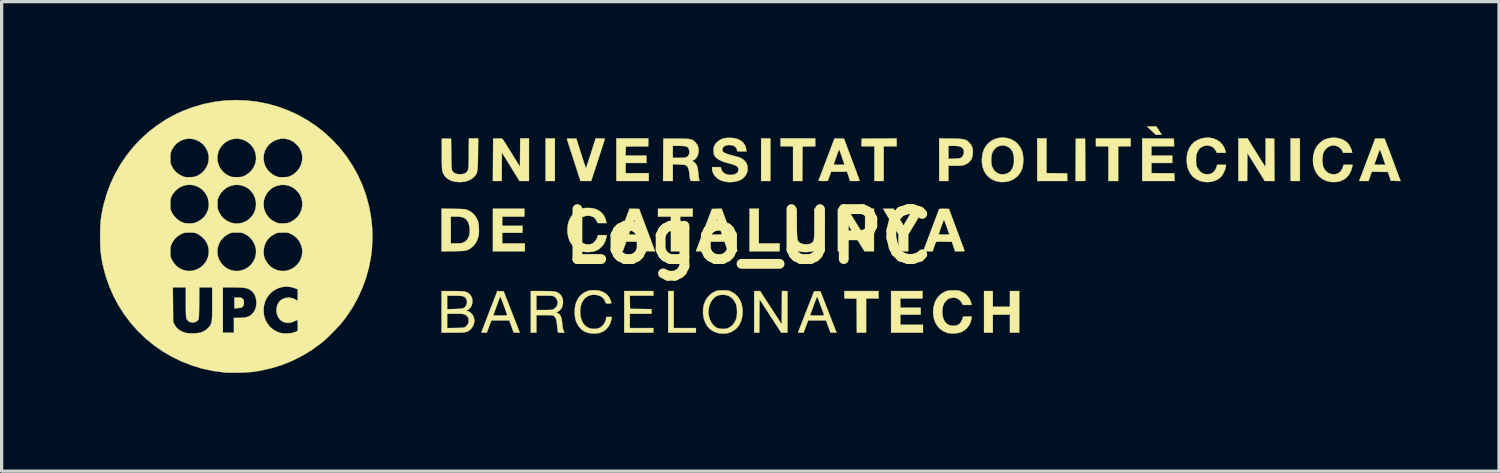
<source format=kicad_pcb>
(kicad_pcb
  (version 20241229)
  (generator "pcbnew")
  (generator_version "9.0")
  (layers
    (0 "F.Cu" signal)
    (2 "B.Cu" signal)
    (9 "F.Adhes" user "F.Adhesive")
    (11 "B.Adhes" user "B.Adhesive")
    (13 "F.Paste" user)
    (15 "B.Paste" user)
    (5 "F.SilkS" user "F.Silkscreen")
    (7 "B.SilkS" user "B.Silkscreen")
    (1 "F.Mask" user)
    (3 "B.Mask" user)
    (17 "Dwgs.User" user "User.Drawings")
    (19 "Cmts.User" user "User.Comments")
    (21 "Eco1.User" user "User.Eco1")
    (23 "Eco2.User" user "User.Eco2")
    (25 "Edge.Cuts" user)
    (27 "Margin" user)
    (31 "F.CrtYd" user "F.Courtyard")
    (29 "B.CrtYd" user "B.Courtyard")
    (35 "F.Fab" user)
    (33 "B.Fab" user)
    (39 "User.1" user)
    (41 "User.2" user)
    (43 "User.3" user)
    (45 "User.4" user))
  (footprint "Logo_UPC"
    (layer "F.Cu")
    (at 19.794 4.166)
    (property "Reference" "Logo_UPC" (at 0 0 0) (layer "F.SilkS") (effects (font (size 1.524 1.524) (thickness 0.3))))
    (attr through_hole)
    (fp_poly (pts (xy -5.913 -1.693) (xy -6.195 -1.693) (xy -6.195 -2.992) (xy -5.913 -2.992) (xy -5.913 -1.693)) (stroke (width 0.01) (type solid)) (fill yes) (layer "F.SilkS"))
    (fp_poly (pts (xy 0.663 -1.693) (xy 0.381 -1.693) (xy 0.381 -2.992) (xy 0.663 -2.992) (xy 0.663 -1.693)) (stroke (width 0.01) (type solid)) (fill yes) (layer "F.SilkS"))
    (fp_poly (pts (xy 16.82 -1.693) (xy 16.538 -1.693) (xy 16.538 -2.992) (xy 16.82 -2.992) (xy 16.82 -1.693)) (stroke (width 0.01) (type solid)) (fill yes) (layer "F.SilkS"))
    (fp_poly (pts (xy -2.286 2.794) (xy -1.609 2.794) (xy -1.609 2.935) (xy -2.455 2.935) (xy -2.455 1.665) (xy -2.286 1.665) (xy -2.286 2.794)) (stroke (width 0.01) (type solid)) (fill yes) (layer "F.SilkS"))
    (fp_poly (pts (xy 0.31 0.212) (xy 0.945 0.212) (xy 0.945 0.452) (xy 0.028 0.452) (xy 0.028 -0.847) (xy 0.31 -0.847) (xy 0.31 0.212)) (stroke (width 0.01) (type solid)) (fill yes) (layer "F.SilkS"))
    (fp_poly (pts (xy 10.27 -2.339) (xy 10.273 -1.693) (xy 9.976 -1.693) (xy 9.98 -2.339) (xy 9.984 -2.985) (xy 10.266 -2.985) (xy 10.27 -2.339)) (stroke (width 0.01) (type solid)) (fill yes) (layer "F.SilkS"))
    (fp_poly (pts (xy 9.088 -1.934) (xy 9.716 -1.926) (xy 9.72 -1.81) (xy 9.724 -1.693) (xy 8.805 -1.693) (xy 8.805 -2.992) (xy 9.088 -2.992) (xy 9.088 -1.934)) (stroke (width 0.01) (type solid)) (fill yes) (layer "F.SilkS"))
    (fp_poly (pts (xy -1.707 -0.607) (xy -2.088 -0.607) (xy -2.088 0.452) (xy -2.371 0.452) (xy -2.371 -0.607) (xy -2.766 -0.607) (xy -2.766 -0.847) (xy -1.707 -0.847) (xy -1.707 -0.607)) (stroke (width 0.01) (type solid)) (fill yes) (layer "F.SilkS"))
    (fp_poly (pts (xy 11.656 -2.752) (xy 11.275 -2.752) (xy 11.275 -1.693) (xy 10.978 -1.693) (xy 10.978 -2.752) (xy 10.597 -2.752) (xy 10.597 -2.992) (xy 11.656 -2.992) (xy 11.656 -2.752)) (stroke (width 0.01) (type solid)) (fill yes) (layer "F.SilkS"))
    (fp_poly (pts (xy 2.032 -2.752) (xy 1.838 -2.749) (xy 1.644 -2.745) (xy 1.637 -1.693) (xy 1.355 -1.693) (xy 1.355 -2.752) (xy 0.974 -2.752) (xy 0.974 -2.992) (xy 2.032 -2.992) (xy 2.032 -2.752)) (stroke (width 0.01) (type solid)) (fill yes) (layer "F.SilkS"))
    (fp_poly (pts (xy 3.965 1.891) (xy 3.584 1.891) (xy 3.584 2.935) (xy 3.302 2.935) (xy 3.299 2.417) (xy 3.295 1.898) (xy 3.108 1.894) (xy 2.921 1.89) (xy 2.921 1.665) (xy 3.965 1.665) (xy 3.965 1.891)) (stroke (width 0.01) (type solid)) (fill yes) (layer "F.SilkS"))
    (fp_poly (pts (xy 4.516 -2.752) (xy 4.12 -2.752) (xy 4.12 -1.693) (xy 3.838 -1.693) (xy 3.838 -2.752) (xy 3.442 -2.752) (xy 3.446 -2.868) (xy 3.45 -2.985) (xy 3.983 -2.988) (xy 4.516 -2.992) (xy 4.516 -2.752)) (stroke (width 0.01) (type solid)) (fill yes) (layer "F.SilkS"))
    (fp_poly (pts (xy 12.495 -3.272) (xy 12.528 -3.222) (xy 12.557 -3.176) (xy 12.578 -3.145) (xy 12.604 -3.104) (xy 12.514 -3.105) (xy 12.425 -3.105) (xy 12.291 -3.231) (xy 12.157 -3.357) (xy 12.298 -3.358) (xy 12.439 -3.358) (xy 12.495 -3.272)) (stroke (width 0.01) (type solid)) (fill yes) (layer "F.SilkS"))
    (fp_poly (pts (xy -6.844 -0.607) (xy -7.521 -0.607) (xy -7.521 -0.325) (xy -6.9 -0.325) (xy -6.9 -0.113) (xy -7.521 -0.113) (xy -7.521 0.212) (xy -6.83 0.212) (xy -6.83 0.452) (xy -7.803 0.452) (xy -7.803 -0.847) (xy -6.844 -0.847) (xy -6.844 -0.607)) (stroke (width 0.01) (type solid)) (fill yes) (layer "F.SilkS"))
    (fp_poly (pts (xy 5.306 1.891) (xy 4.628 1.891) (xy 4.628 2.173) (xy 5.249 2.173) (xy 5.249 2.385) (xy 4.628 2.385) (xy 4.628 2.695) (xy 5.32 2.695) (xy 5.32 2.935) (xy 4.346 2.935) (xy 4.346 1.665) (xy 5.306 1.665) (xy 5.306 1.891)) (stroke (width 0.01) (type solid)) (fill yes) (layer "F.SilkS"))
    (fp_poly (pts (xy 7.451 2.145) (xy 7.973 2.145) (xy 7.973 1.665) (xy 8.255 1.665) (xy 8.255 2.935) (xy 7.973 2.935) (xy 7.973 2.385) (xy 7.451 2.385) (xy 7.451 2.935) (xy 7.183 2.935) (xy 7.183 1.665) (xy 7.451 1.665) (xy 7.451 2.145)) (stroke (width 0.01) (type solid)) (fill yes) (layer "F.SilkS"))
    (fp_poly (pts (xy -2.907 1.806) (xy -3.627 1.806) (xy -3.619 2.208) (xy -3.291 2.212) (xy -2.963 2.216) (xy -2.963 2.357) (xy -3.627 2.357) (xy -3.627 2.794) (xy -2.907 2.794) (xy -2.907 2.935) (xy -3.796 2.935) (xy -3.796 1.665) (xy -2.907 1.665) (xy -2.907 1.806)) (stroke (width 0.01) (type solid)) (fill yes) (layer "F.SilkS"))
    (fp_poly (pts (xy -3.062 -2.752) (xy -3.404 -2.748) (xy -3.747 -2.745) (xy -3.751 -2.607) (xy -3.755 -2.469) (xy -3.119 -2.469) (xy -3.119 -2.244) (xy -3.754 -2.244) (xy -3.754 -1.933) (xy -3.048 -1.933) (xy -3.048 -1.693) (xy -4.036 -1.693) (xy -4.036 -2.992) (xy -3.062 -2.992) (xy -3.062 -2.752)) (stroke (width 0.01) (type solid)) (fill yes) (layer "F.SilkS"))
    (fp_poly (pts (xy 0.679 2.174) (xy 1.009 2.682) (xy 1.013 2.174) (xy 1.016 1.665) (xy 1.185 1.665) (xy 1.185 2.935) (xy 0.995 2.935) (xy 0.663 2.424) (xy 0.332 1.913) (xy 0.328 2.424) (xy 0.324 2.935) (xy 0.169 2.935) (xy 0.169 1.665) (xy 0.35 1.665) (xy 0.679 2.174)) (stroke (width 0.01) (type solid)) (fill yes) (layer "F.SilkS"))
    (fp_poly (pts (xy 3.824 0.452) (xy 3.679 0.451) (xy 3.535 0.451) (xy 2.999 -0.416) (xy 2.995 0.018) (xy 2.991 0.452) (xy 2.723 0.452) (xy 2.723 -0.847) (xy 2.868 -0.846) (xy 3.013 -0.846) (xy 3.281 -0.413) (xy 3.549 0.021) (xy 3.553 -0.413) (xy 3.556 -0.847) (xy 3.824 -0.847) (xy 3.824 0.452)) (stroke (width 0.01) (type solid)) (fill yes) (layer "F.SilkS"))
    (fp_poly (pts (xy 12.492 -2.988) (xy 12.975 -2.985) (xy 12.979 -2.868) (xy 12.983 -2.752) (xy 12.291 -2.752) (xy 12.291 -2.469) (xy 12.926 -2.469) (xy 12.926 -2.244) (xy 12.291 -2.244) (xy 12.291 -1.934) (xy 12.64 -1.93) (xy 12.989 -1.926) (xy 12.993 -1.81) (xy 12.997 -1.693) (xy 12.009 -1.693) (xy 12.009 -2.992) (xy 12.492 -2.988)) (stroke (width 0.01) (type solid)) (fill yes) (layer "F.SilkS"))
    (fp_poly (pts (xy -15.529 1.864) (xy -15.491 1.869) (xy -15.464 1.88) (xy -15.442 1.897) (xy -15.419 1.919) (xy -15.407 1.944) (xy -15.403 1.98) (xy -15.402 2.016) (xy -15.404 2.068) (xy -15.412 2.101) (xy -15.428 2.127) (xy -15.44 2.14) (xy -15.464 2.16) (xy -15.491 2.172) (xy -15.531 2.18) (xy -15.585 2.184) (xy -15.692 2.191) (xy -15.692 1.863) (xy -15.587 1.863) (xy -15.529 1.864)) (stroke (width 0.01) (type solid)) (fill yes) (layer "F.SilkS"))
    (fp_poly (pts (xy -6.703 -1.693) (xy -6.847 -1.694) (xy -6.992 -1.694) (xy -7.26 -2.128) (xy -7.528 -2.561) (xy -7.532 -2.127) (xy -7.536 -1.693) (xy -7.804 -1.693) (xy -7.8 -2.339) (xy -7.796 -2.985) (xy -7.661 -2.989) (xy -7.597 -2.99) (xy -7.554 -2.988) (xy -7.527 -2.983) (xy -7.511 -2.973) (xy -7.505 -2.967) (xy -7.493 -2.95) (xy -7.468 -2.911) (xy -7.431 -2.854) (xy -7.386 -2.782) (xy -7.333 -2.698) (xy -7.275 -2.606) (xy -7.231 -2.534) (xy -6.978 -2.126) (xy -6.974 -2.559) (xy -6.97 -2.992) (xy -6.703 -2.992) (xy -6.703 -1.693)) (stroke (width 0.01) (type solid)) (fill yes) (layer "F.SilkS"))
    (fp_poly (pts (xy 16.037 -2.985) (xy 16.041 -2.339) (xy 16.045 -1.693) (xy 15.749 -1.693) (xy 15.484 -2.12) (xy 15.219 -2.547) (xy 15.215 -2.12) (xy 15.211 -1.693) (xy 14.944 -1.693) (xy 14.944 -2.992) (xy 15.223 -2.992) (xy 15.489 -2.562) (xy 15.551 -2.463) (xy 15.608 -2.372) (xy 15.659 -2.291) (xy 15.702 -2.224) (xy 15.735 -2.174) (xy 15.757 -2.142) (xy 15.766 -2.131) (xy 15.768 -2.145) (xy 15.771 -2.183) (xy 15.773 -2.243) (xy 15.774 -2.32) (xy 15.776 -2.412) (xy 15.776 -2.516) (xy 15.776 -2.562) (xy 15.776 -2.993) (xy 16.037 -2.985)) (stroke (width 0.01) (type solid)) (fill yes) (layer "F.SilkS"))
    (fp_poly (pts (xy 5.253 -0.846) (xy 5.299 -0.843) (xy 5.324 -0.838) (xy 5.331 -0.831) (xy 5.33 -0.829) (xy 5.321 -0.813) (xy 5.3 -0.776) (xy 5.267 -0.721) (xy 5.226 -0.65) (xy 5.177 -0.568) (xy 5.123 -0.478) (xy 5.096 -0.433) (xy 4.868 -0.055) (xy 4.868 0.452) (xy 4.572 0.452) (xy 4.572 0.194) (xy 4.572 -0.064) (xy 4.373 -0.395) (xy 4.319 -0.485) (xy 4.268 -0.571) (xy 4.222 -0.648) (xy 4.183 -0.712) (xy 4.155 -0.76) (xy 4.139 -0.786) (xy 4.104 -0.847) (xy 4.264 -0.846) (xy 4.424 -0.846) (xy 4.574 -0.591) (xy 4.724 -0.335) (xy 4.876 -0.591) (xy 5.027 -0.847) (xy 5.182 -0.847) (xy 5.253 -0.846)) (stroke (width 0.01) (type solid)) (fill yes) (layer "F.SilkS"))
    (fp_poly (pts (xy 6.17 -2.988) (xy 6.296 -2.985) (xy 6.397 -2.982) (xy 6.478 -2.977) (xy 6.542 -2.969) (xy 6.592 -2.957) (xy 6.633 -2.942) (xy 6.668 -2.921) (xy 6.701 -2.895) (xy 6.733 -2.864) (xy 6.791 -2.791) (xy 6.827 -2.708) (xy 6.842 -2.611) (xy 6.841 -2.533) (xy 6.823 -2.425) (xy 6.783 -2.335) (xy 6.72 -2.262) (xy 6.636 -2.206) (xy 6.591 -2.186) (xy 6.556 -2.175) (xy 6.518 -2.167) (xy 6.471 -2.162) (xy 6.408 -2.16) (xy 6.324 -2.159) (xy 6.308 -2.159) (xy 6.096 -2.159) (xy 6.096 -1.693) (xy 5.814 -1.693) (xy 5.814 -2.367) (xy 6.096 -2.367) (xy 6.273 -2.374) (xy 6.351 -2.377) (xy 6.406 -2.382) (xy 6.445 -2.389) (xy 6.471 -2.398) (xy 6.488 -2.408) (xy 6.535 -2.457) (xy 6.563 -2.519) (xy 6.571 -2.585) (xy 6.559 -2.649) (xy 6.527 -2.7) (xy 6.493 -2.728) (xy 6.446 -2.747) (xy 6.383 -2.759) (xy 6.298 -2.765) (xy 6.241 -2.766) (xy 6.096 -2.766) (xy 6.096 -2.367) (xy 5.814 -2.367) (xy 5.814 -2.994) (xy 6.17 -2.988)) (stroke (width 0.01) (type solid)) (fill yes) (layer "F.SilkS"))
    (fp_poly (pts (xy -4.469 -2.991) (xy -4.423 -2.988) (xy -4.394 -2.984) (xy -4.388 -2.981) (xy -4.392 -2.966) (xy -4.404 -2.927) (xy -4.423 -2.866) (xy -4.449 -2.786) (xy -4.48 -2.69) (xy -4.515 -2.581) (xy -4.554 -2.461) (xy -4.596 -2.332) (xy -4.596 -2.332) (xy -4.805 -1.693) (xy -4.968 -1.693) (xy -5.131 -1.693) (xy -5.333 -2.318) (xy -5.374 -2.445) (xy -5.413 -2.565) (xy -5.449 -2.675) (xy -5.48 -2.771) (xy -5.505 -2.851) (xy -5.525 -2.913) (xy -5.538 -2.952) (xy -5.542 -2.967) (xy -5.543 -2.979) (xy -5.536 -2.986) (xy -5.514 -2.989) (xy -5.475 -2.99) (xy -5.413 -2.989) (xy -5.403 -2.989) (xy -5.257 -2.985) (xy -5.116 -2.536) (xy -5.082 -2.43) (xy -5.05 -2.332) (xy -5.022 -2.247) (xy -4.999 -2.176) (xy -4.981 -2.125) (xy -4.97 -2.095) (xy -4.967 -2.088) (xy -4.962 -2.095) (xy -4.953 -2.116) (xy -4.94 -2.152) (xy -4.922 -2.206) (xy -4.897 -2.28) (xy -4.866 -2.374) (xy -4.828 -2.491) (xy -4.783 -2.632) (xy -4.755 -2.72) (xy -4.668 -2.992) (xy -4.529 -2.992) (xy -4.469 -2.991)) (stroke (width 0.01) (type solid)) (fill yes) (layer "F.SilkS"))
    (fp_poly (pts (xy -9.013 -0.844) (xy -8.902 -0.842) (xy -8.815 -0.84) (xy -8.749 -0.838) (xy -8.698 -0.834) (xy -8.659 -0.83) (xy -8.629 -0.824) (xy -8.602 -0.816) (xy -8.579 -0.807) (xy -8.469 -0.75) (xy -8.378 -0.671) (xy -8.308 -0.573) (xy -8.263 -0.473) (xy -8.247 -0.411) (xy -8.236 -0.33) (xy -8.23 -0.239) (xy -8.229 -0.148) (xy -8.234 -0.067) (xy -8.24 -0.025) (xy -8.276 0.098) (xy -8.333 0.207) (xy -8.408 0.299) (xy -8.498 0.372) (xy -8.576 0.411) (xy -8.603 0.421) (xy -8.63 0.429) (xy -8.66 0.435) (xy -8.699 0.439) (xy -8.749 0.443) (xy -8.816 0.445) (xy -8.902 0.447) (xy -9.013 0.449) (xy -9.013 0.449) (xy -9.37 0.454) (xy -9.37 0.212) (xy -9.088 0.212) (xy -8.936 0.212) (xy -8.866 0.21) (xy -8.801 0.206) (xy -8.75 0.2) (xy -8.728 0.196) (xy -8.662 0.164) (xy -8.602 0.11) (xy -8.555 0.041) (xy -8.53 -0.021) (xy -8.512 -0.118) (xy -8.51 -0.223) (xy -8.524 -0.327) (xy -8.553 -0.418) (xy -8.56 -0.434) (xy -8.598 -0.496) (xy -8.642 -0.542) (xy -8.698 -0.575) (xy -8.769 -0.595) (xy -8.86 -0.605) (xy -8.943 -0.607) (xy -9.088 -0.607) (xy -9.088 0.212) (xy -9.37 0.212) (xy -9.37 -0.849) (xy -9.013 -0.844)) (stroke (width 0.01) (type solid)) (fill yes) (layer "F.SilkS"))
    (fp_poly (pts (xy -0.584 -0.202) (xy -0.343 0.445) (xy -0.484 0.449) (xy -0.562 0.449) (xy -0.612 0.445) (xy -0.635 0.437) (xy -0.636 0.437) (xy -0.644 0.417) (xy -0.659 0.377) (xy -0.679 0.324) (xy -0.691 0.288) (xy -0.737 0.155) (xy -0.979 0.158) (xy -1.22 0.162) (xy -1.271 0.303) (xy -1.321 0.445) (xy -1.465 0.449) (xy -1.608 0.453) (xy -1.573 0.357) (xy -1.56 0.323) (xy -1.539 0.266) (xy -1.51 0.189) (xy -1.475 0.096) (xy -1.435 -0.009) (xy -1.416 -0.06) (xy -1.143 -0.06) (xy -1.13 -0.059) (xy -1.094 -0.057) (xy -1.041 -0.057) (xy -0.981 -0.056) (xy -0.917 -0.057) (xy -0.865 -0.06) (xy -0.83 -0.063) (xy -0.818 -0.068) (xy -0.823 -0.085) (xy -0.835 -0.124) (xy -0.852 -0.178) (xy -0.873 -0.241) (xy -0.896 -0.309) (xy -0.918 -0.374) (xy -0.939 -0.433) (xy -0.955 -0.478) (xy -0.965 -0.505) (xy -0.967 -0.509) (xy -0.975 -0.502) (xy -0.991 -0.472) (xy -1.012 -0.423) (xy -1.037 -0.358) (xy -1.06 -0.295) (xy -1.087 -0.219) (xy -1.11 -0.154) (xy -1.128 -0.103) (xy -1.14 -0.07) (xy -1.143 -0.06) (xy -1.416 -0.06) (xy -1.391 -0.124) (xy -1.346 -0.245) (xy -1.329 -0.289) (xy -1.12 -0.84) (xy -0.825 -0.848) (xy -0.584 -0.202)) (stroke (width 0.01) (type solid)) (fill yes) (layer "F.SilkS"))
    (fp_poly (pts (xy 19.365 -2.987) (xy 19.397 -2.984) (xy 19.405 -2.981) (xy 19.412 -2.966) (xy 19.428 -2.927) (xy 19.452 -2.866) (xy 19.482 -2.787) (xy 19.519 -2.692) (xy 19.56 -2.584) (xy 19.605 -2.465) (xy 19.653 -2.338) (xy 19.655 -2.331) (xy 19.893 -1.692) (xy 19.744 -1.696) (xy 19.596 -1.7) (xy 19.551 -1.834) (xy 19.506 -1.968) (xy 19.26 -1.972) (xy 19.014 -1.976) (xy 18.965 -1.835) (xy 18.916 -1.693) (xy 18.773 -1.693) (xy 18.63 -1.693) (xy 18.823 -2.205) (xy 19.096 -2.205) (xy 19.1 -2.197) (xy 19.12 -2.192) (xy 19.161 -2.189) (xy 19.225 -2.187) (xy 19.26 -2.187) (xy 19.43 -2.187) (xy 19.349 -2.42) (xy 19.323 -2.496) (xy 19.299 -2.561) (xy 19.28 -2.612) (xy 19.267 -2.644) (xy 19.262 -2.653) (xy 19.255 -2.64) (xy 19.24 -2.605) (xy 19.22 -2.553) (xy 19.196 -2.487) (xy 19.178 -2.438) (xy 19.152 -2.364) (xy 19.129 -2.299) (xy 19.11 -2.247) (xy 19.099 -2.214) (xy 19.096 -2.205) (xy 18.823 -2.205) (xy 18.855 -2.29) (xy 18.903 -2.414) (xy 18.947 -2.532) (xy 18.988 -2.641) (xy 19.024 -2.737) (xy 19.055 -2.817) (xy 19.078 -2.88) (xy 19.093 -2.92) (xy 19.099 -2.935) (xy 19.116 -2.985) (xy 19.255 -2.989) (xy 19.315 -2.989) (xy 19.365 -2.987)) (stroke (width 0.01) (type solid)) (fill yes) (layer "F.SilkS"))
    (fp_poly (pts (xy -8.258 -2.515) (xy -8.26 -2.373) (xy -8.262 -2.256) (xy -8.265 -2.16) (xy -8.27 -2.084) (xy -8.277 -2.023) (xy -8.286 -1.974) (xy -8.298 -1.935) (xy -8.314 -1.902) (xy -8.334 -1.872) (xy -8.358 -1.842) (xy -8.37 -1.829) (xy -8.451 -1.758) (xy -8.55 -1.705) (xy -8.666 -1.672) (xy -8.794 -1.659) (xy -8.925 -1.666) (xy -9.051 -1.693) (xy -9.155 -1.74) (xy -9.239 -1.805) (xy -9.302 -1.888) (xy -9.339 -1.976) (xy -9.345 -2.001) (xy -9.351 -2.03) (xy -9.355 -2.067) (xy -9.358 -2.115) (xy -9.36 -2.177) (xy -9.362 -2.256) (xy -9.362 -2.356) (xy -9.363 -2.481) (xy -9.363 -2.519) (xy -9.363 -2.985) (xy -9.081 -2.985) (xy -9.073 -2.509) (xy -9.071 -2.381) (xy -9.07 -2.277) (xy -9.068 -2.196) (xy -9.065 -2.134) (xy -9.063 -2.087) (xy -9.059 -2.054) (xy -9.055 -2.031) (xy -9.049 -2.014) (xy -9.042 -2.001) (xy -9.037 -1.994) (xy -8.991 -1.946) (xy -8.936 -1.916) (xy -8.866 -1.901) (xy -8.804 -1.899) (xy -8.72 -1.905) (xy -8.658 -1.924) (xy -8.611 -1.957) (xy -8.575 -2.008) (xy -8.574 -2.011) (xy -8.566 -2.028) (xy -8.559 -2.046) (xy -8.554 -2.069) (xy -8.55 -2.1) (xy -8.547 -2.142) (xy -8.545 -2.198) (xy -8.543 -2.272) (xy -8.541 -2.367) (xy -8.54 -2.486) (xy -8.54 -2.529) (xy -8.535 -2.992) (xy -8.253 -2.992) (xy -8.258 -2.515)) (stroke (width 0.01) (type solid)) (fill yes) (layer "F.SilkS"))
    (fp_poly (pts (xy 17.938 -3.01) (xy 18.057 -2.984) (xy 18.166 -2.937) (xy 18.258 -2.872) (xy 18.302 -2.822) (xy 18.345 -2.754) (xy 18.381 -2.681) (xy 18.405 -2.613) (xy 18.408 -2.6) (xy 18.417 -2.554) (xy 18.138 -2.554) (xy 18.121 -2.602) (xy 18.085 -2.664) (xy 18.028 -2.717) (xy 17.957 -2.756) (xy 17.879 -2.777) (xy 17.843 -2.78) (xy 17.759 -2.766) (xy 17.68 -2.728) (xy 17.611 -2.67) (xy 17.557 -2.595) (xy 17.532 -2.539) (xy 17.515 -2.465) (xy 17.507 -2.375) (xy 17.507 -2.282) (xy 17.516 -2.196) (xy 17.53 -2.137) (xy 17.574 -2.047) (xy 17.636 -1.976) (xy 17.713 -1.926) (xy 17.8 -1.899) (xy 17.895 -1.898) (xy 17.906 -1.899) (xy 17.985 -1.926) (xy 18.052 -1.976) (xy 18.104 -2.046) (xy 18.137 -2.127) (xy 18.153 -2.187) (xy 18.428 -2.187) (xy 18.42 -2.141) (xy 18.385 -2.012) (xy 18.329 -1.901) (xy 18.254 -1.809) (xy 18.162 -1.738) (xy 18.054 -1.689) (xy 17.932 -1.663) (xy 17.797 -1.662) (xy 17.762 -1.666) (xy 17.633 -1.695) (xy 17.516 -1.749) (xy 17.414 -1.827) (xy 17.381 -1.861) (xy 17.311 -1.959) (xy 17.26 -2.073) (xy 17.229 -2.199) (xy 17.218 -2.331) (xy 17.229 -2.465) (xy 17.261 -2.596) (xy 17.301 -2.693) (xy 17.352 -2.772) (xy 17.421 -2.849) (xy 17.5 -2.914) (xy 17.572 -2.956) (xy 17.69 -2.997) (xy 17.814 -3.015) (xy 17.938 -3.01)) (stroke (width 0.01) (type solid)) (fill yes) (layer "F.SilkS"))
    (fp_poly (pts (xy -4.802 -0.867) (xy -4.679 -0.841) (xy -4.573 -0.792) (xy -4.484 -0.724) (xy -4.414 -0.636) (xy -4.365 -0.529) (xy -4.349 -0.469) (xy -4.335 -0.409) (xy -4.471 -0.41) (xy -4.607 -0.41) (xy -4.639 -0.479) (xy -4.686 -0.55) (xy -4.748 -0.599) (xy -4.828 -0.626) (xy -4.877 -0.633) (xy -4.978 -0.627) (xy -5.064 -0.598) (xy -5.134 -0.546) (xy -5.188 -0.472) (xy -5.226 -0.376) (xy -5.245 -0.261) (xy -5.246 -0.248) (xy -5.244 -0.122) (xy -5.223 -0.013) (xy -5.184 0.08) (xy -5.128 0.153) (xy -5.057 0.205) (xy -4.973 0.235) (xy -4.876 0.241) (xy -4.819 0.234) (xy -4.758 0.209) (xy -4.701 0.162) (xy -4.652 0.099) (xy -4.617 0.025) (xy -4.609 -0.004) (xy -4.6 -0.042) (xy -4.329 -0.042) (xy -4.338 0.014) (xy -4.368 0.126) (xy -4.42 0.23) (xy -4.491 0.319) (xy -4.576 0.391) (xy -4.664 0.437) (xy -4.747 0.46) (xy -4.845 0.473) (xy -4.945 0.476) (xy -5.037 0.467) (xy -5.079 0.458) (xy -5.201 0.41) (xy -5.306 0.341) (xy -5.392 0.252) (xy -5.459 0.145) (xy -5.505 0.021) (xy -5.528 -0.117) (xy -5.532 -0.195) (xy -5.52 -0.342) (xy -5.485 -0.475) (xy -5.429 -0.592) (xy -5.351 -0.692) (xy -5.254 -0.774) (xy -5.169 -0.822) (xy -5.117 -0.844) (xy -5.07 -0.858) (xy -5.016 -0.866) (xy -4.946 -0.872) (xy -4.94 -0.872) (xy -4.802 -0.867)) (stroke (width 0.01) (type solid)) (fill yes) (layer "F.SilkS"))
    (fp_poly (pts (xy 1.47 -0.385) (xy 1.471 -0.248) (xy 1.473 -0.137) (xy 1.476 -0.048) (xy 1.481 0.022) (xy 1.487 0.075) (xy 1.497 0.115) (xy 1.51 0.144) (xy 1.528 0.166) (xy 1.55 0.184) (xy 1.577 0.2) (xy 1.595 0.209) (xy 1.654 0.229) (xy 1.725 0.239) (xy 1.798 0.238) (xy 1.864 0.226) (xy 1.913 0.204) (xy 1.915 0.204) (xy 1.938 0.186) (xy 1.956 0.168) (xy 1.971 0.146) (xy 1.983 0.119) (xy 1.991 0.081) (xy 1.997 0.032) (xy 2 -0.033) (xy 2.003 -0.116) (xy 2.003 -0.221) (xy 2.004 -0.351) (xy 2.004 -0.385) (xy 2.004 -0.847) (xy 2.3 -0.847) (xy 2.3 -0.42) (xy 2.299 -0.274) (xy 2.297 -0.153) (xy 2.294 -0.054) (xy 2.288 0.027) (xy 2.281 0.092) (xy 2.27 0.146) (xy 2.256 0.192) (xy 2.239 0.232) (xy 2.222 0.263) (xy 2.163 0.337) (xy 2.079 0.398) (xy 1.992 0.439) (xy 1.918 0.459) (xy 1.827 0.471) (xy 1.729 0.476) (xy 1.633 0.472) (xy 1.551 0.459) (xy 1.546 0.458) (xy 1.435 0.418) (xy 1.343 0.358) (xy 1.271 0.28) (xy 1.222 0.186) (xy 1.22 0.18) (xy 1.213 0.157) (xy 1.207 0.13) (xy 1.202 0.097) (xy 1.198 0.054) (xy 1.195 -0.001) (xy 1.193 -0.074) (xy 1.191 -0.165) (xy 1.19 -0.28) (xy 1.189 -0.37) (xy 1.183 -0.847) (xy 1.465 -0.847) (xy 1.47 -0.385)) (stroke (width 0.01) (type solid)) (fill yes) (layer "F.SilkS"))
    (fp_poly (pts (xy 7.892 -3.003) (xy 8.008 -2.967) (xy 8.113 -2.91) (xy 8.191 -2.844) (xy 8.271 -2.749) (xy 8.328 -2.643) (xy 8.364 -2.525) (xy 8.381 -2.389) (xy 8.382 -2.328) (xy 8.371 -2.182) (xy 8.339 -2.053) (xy 8.284 -1.94) (xy 8.207 -1.842) (xy 8.199 -1.834) (xy 8.101 -1.756) (xy 7.989 -1.7) (xy 7.864 -1.668) (xy 7.73 -1.66) (xy 7.662 -1.665) (xy 7.532 -1.694) (xy 7.416 -1.746) (xy 7.317 -1.819) (xy 7.236 -1.911) (xy 7.175 -2.02) (xy 7.134 -2.144) (xy 7.116 -2.282) (xy 7.116 -2.293) (xy 7.402 -2.293) (xy 7.411 -2.202) (xy 7.426 -2.137) (xy 7.471 -2.045) (xy 7.535 -1.973) (xy 7.616 -1.922) (xy 7.669 -1.903) (xy 7.722 -1.898) (xy 7.788 -1.901) (xy 7.854 -1.912) (xy 7.894 -1.925) (xy 7.967 -1.97) (xy 8.025 -2.038) (xy 8.067 -2.126) (xy 8.091 -2.232) (xy 8.096 -2.284) (xy 8.095 -2.416) (xy 8.074 -2.529) (xy 8.034 -2.622) (xy 7.975 -2.693) (xy 7.925 -2.73) (xy 7.836 -2.768) (xy 7.745 -2.779) (xy 7.657 -2.765) (xy 7.576 -2.729) (xy 7.506 -2.671) (xy 7.452 -2.594) (xy 7.435 -2.556) (xy 7.414 -2.48) (xy 7.403 -2.389) (xy 7.402 -2.293) (xy 7.116 -2.293) (xy 7.117 -2.378) (xy 7.136 -2.521) (xy 7.175 -2.647) (xy 7.236 -2.756) (xy 7.319 -2.852) (xy 7.323 -2.855) (xy 7.42 -2.928) (xy 7.531 -2.98) (xy 7.649 -3.009) (xy 7.771 -3.017) (xy 7.892 -3.003)) (stroke (width 0.01) (type solid)) (fill yes) (layer "F.SilkS"))
    (fp_poly (pts (xy 14.071 -3.013) (xy 14.184 -2.99) (xy 14.288 -2.946) (xy 14.38 -2.885) (xy 14.456 -2.806) (xy 14.513 -2.711) (xy 14.547 -2.612) (xy 14.56 -2.554) (xy 14.287 -2.554) (xy 14.259 -2.613) (xy 14.21 -2.684) (xy 14.145 -2.736) (xy 14.067 -2.767) (xy 13.983 -2.776) (xy 13.897 -2.763) (xy 13.813 -2.726) (xy 13.811 -2.724) (xy 13.77 -2.693) (xy 13.737 -2.654) (xy 13.705 -2.599) (xy 13.7 -2.587) (xy 13.679 -2.543) (xy 13.665 -2.507) (xy 13.657 -2.471) (xy 13.654 -2.426) (xy 13.653 -2.365) (xy 13.652 -2.336) (xy 13.653 -2.262) (xy 13.657 -2.209) (xy 13.664 -2.168) (xy 13.675 -2.131) (xy 13.686 -2.106) (xy 13.736 -2.025) (xy 13.802 -1.96) (xy 13.879 -1.917) (xy 13.921 -1.905) (xy 14.018 -1.897) (xy 14.104 -1.914) (xy 14.176 -1.956) (xy 14.233 -2.02) (xy 14.274 -2.106) (xy 14.28 -2.127) (xy 14.296 -2.187) (xy 14.567 -2.187) (xy 14.557 -2.121) (xy 14.539 -2.046) (xy 14.505 -1.964) (xy 14.462 -1.886) (xy 14.417 -1.825) (xy 14.337 -1.756) (xy 14.238 -1.705) (xy 14.127 -1.672) (xy 14.007 -1.659) (xy 13.898 -1.666) (xy 13.766 -1.698) (xy 13.651 -1.752) (xy 13.554 -1.827) (xy 13.476 -1.921) (xy 13.418 -2.035) (xy 13.381 -2.165) (xy 13.366 -2.294) (xy 13.371 -2.443) (xy 13.398 -2.578) (xy 13.446 -2.699) (xy 13.515 -2.802) (xy 13.603 -2.887) (xy 13.709 -2.951) (xy 13.83 -2.995) (xy 13.952 -3.015) (xy 14.071 -3.013)) (stroke (width 0.01) (type solid)) (fill yes) (layer "F.SilkS"))
    (fp_poly (pts (xy -7.476 1.672) (xy -7.231 2.3) (xy -7.181 2.426) (xy -7.136 2.544) (xy -7.094 2.65) (xy -7.058 2.744) (xy -7.028 2.821) (xy -7.005 2.88) (xy -6.99 2.918) (xy -6.985 2.932) (xy -6.985 2.932) (xy -6.998 2.934) (xy -7.032 2.934) (xy -7.078 2.932) (xy -7.171 2.928) (xy -7.238 2.745) (xy -7.305 2.561) (xy -7.85 2.561) (xy -7.92 2.748) (xy -7.991 2.935) (xy -8.075 2.935) (xy -8.122 2.934) (xy -8.146 2.93) (xy -8.153 2.921) (xy -8.15 2.91) (xy -8.143 2.893) (xy -8.127 2.851) (xy -8.103 2.789) (xy -8.072 2.708) (xy -8.035 2.612) (xy -7.993 2.504) (xy -7.955 2.404) (xy -7.789 2.404) (xy -7.776 2.407) (xy -7.739 2.41) (xy -7.684 2.412) (xy -7.615 2.413) (xy -7.577 2.413) (xy -7.492 2.413) (xy -7.433 2.411) (xy -7.394 2.408) (xy -7.374 2.403) (xy -7.368 2.396) (xy -7.368 2.394) (xy -7.378 2.362) (xy -7.395 2.312) (xy -7.417 2.249) (xy -7.442 2.178) (xy -7.47 2.104) (xy -7.498 2.03) (xy -7.524 1.961) (xy -7.547 1.903) (xy -7.565 1.859) (xy -7.577 1.835) (xy -7.58 1.832) (xy -7.587 1.847) (xy -7.601 1.884) (xy -7.622 1.938) (xy -7.647 2.004) (xy -7.674 2.078) (xy -7.702 2.154) (xy -7.729 2.228) (xy -7.753 2.295) (xy -7.772 2.349) (xy -7.785 2.387) (xy -7.789 2.404) (xy -7.955 2.404) (xy -7.948 2.385) (xy -7.905 2.275) (xy -7.669 1.665) (xy -7.476 1.672)) (stroke (width 0.01) (type solid)) (fill yes) (layer "F.SilkS"))
    (fp_poly (pts (xy 2.435 2.3) (xy 2.485 2.426) (xy 2.53 2.544) (xy 2.572 2.65) (xy 2.608 2.744) (xy 2.638 2.821) (xy 2.661 2.88) (xy 2.676 2.918) (xy 2.681 2.932) (xy 2.681 2.932) (xy 2.668 2.934) (xy 2.635 2.934) (xy 2.588 2.932) (xy 2.495 2.928) (xy 2.428 2.745) (xy 2.362 2.561) (xy 1.816 2.561) (xy 1.746 2.748) (xy 1.676 2.935) (xy 1.593 2.935) (xy 1.549 2.933) (xy 1.519 2.929) (xy 1.511 2.925) (xy 1.516 2.91) (xy 1.53 2.871) (xy 1.553 2.812) (xy 1.583 2.734) (xy 1.619 2.64) (xy 1.661 2.533) (xy 1.707 2.415) (xy 1.71 2.406) (xy 1.877 2.406) (xy 1.89 2.408) (xy 1.927 2.41) (xy 1.982 2.412) (xy 2.051 2.413) (xy 2.088 2.413) (xy 2.162 2.412) (xy 2.225 2.411) (xy 2.271 2.408) (xy 2.297 2.405) (xy 2.3 2.403) (xy 2.296 2.383) (xy 2.283 2.344) (xy 2.264 2.288) (xy 2.24 2.222) (xy 2.213 2.149) (xy 2.185 2.074) (xy 2.158 2.002) (xy 2.133 1.937) (xy 2.111 1.884) (xy 2.096 1.847) (xy 2.087 1.832) (xy 2.086 1.831) (xy 2.08 1.847) (xy 2.065 1.883) (xy 2.045 1.937) (xy 2.02 2.004) (xy 1.993 2.077) (xy 1.965 2.153) (xy 1.938 2.227) (xy 1.914 2.294) (xy 1.895 2.35) (xy 1.882 2.388) (xy 1.877 2.406) (xy 1.877 2.406) (xy 1.71 2.406) (xy 1.754 2.293) (xy 1.997 1.672) (xy 2.19 1.672) (xy 2.435 2.3)) (stroke (width 0.01) (type solid)) (fill yes) (layer "F.SilkS"))
    (fp_poly (pts (xy 6.323 1.645) (xy 6.375 1.647) (xy 6.414 1.653) (xy 6.449 1.663) (xy 6.488 1.679) (xy 6.507 1.688) (xy 6.609 1.75) (xy 6.691 1.83) (xy 6.752 1.923) (xy 6.789 2.026) (xy 6.793 2.043) (xy 6.801 2.088) (xy 6.536 2.088) (xy 6.504 2.023) (xy 6.46 1.961) (xy 6.397 1.91) (xy 6.325 1.877) (xy 6.299 1.87) (xy 6.256 1.868) (xy 6.202 1.872) (xy 6.171 1.877) (xy 6.12 1.891) (xy 6.079 1.913) (xy 6.037 1.949) (xy 6.024 1.961) (xy 5.97 2.029) (xy 5.934 2.108) (xy 5.914 2.204) (xy 5.908 2.3) (xy 5.918 2.42) (xy 5.946 2.522) (xy 5.991 2.606) (xy 6.054 2.669) (xy 6.132 2.709) (xy 6.224 2.727) (xy 6.244 2.728) (xy 6.335 2.717) (xy 6.409 2.685) (xy 6.468 2.629) (xy 6.511 2.55) (xy 6.526 2.507) (xy 6.544 2.448) (xy 6.675 2.444) (xy 6.806 2.44) (xy 6.797 2.515) (xy 6.771 2.618) (xy 6.722 2.716) (xy 6.653 2.804) (xy 6.569 2.875) (xy 6.48 2.922) (xy 6.399 2.944) (xy 6.303 2.956) (xy 6.204 2.959) (xy 6.113 2.951) (xy 6.068 2.942) (xy 5.949 2.895) (xy 5.847 2.826) (xy 5.763 2.737) (xy 5.698 2.631) (xy 5.655 2.508) (xy 5.633 2.37) (xy 5.63 2.304) (xy 5.642 2.16) (xy 5.676 2.029) (xy 5.73 1.914) (xy 5.804 1.815) (xy 5.897 1.736) (xy 6.006 1.678) (xy 6.049 1.662) (xy 6.091 1.653) (xy 6.14 1.647) (xy 6.205 1.645) (xy 6.251 1.644) (xy 6.323 1.645)) (stroke (width 0.01) (type solid)) (fill yes) (layer "F.SilkS"))
    (fp_poly (pts (xy -3.487 -0.844) (xy -3.34 -0.84) (xy -3.109 -0.226) (xy -3.062 -0.1) (xy -3.018 0.019) (xy -2.977 0.127) (xy -2.942 0.223) (xy -2.912 0.303) (xy -2.89 0.364) (xy -2.875 0.405) (xy -2.87 0.42) (xy -2.861 0.453) (xy -3.154 0.445) (xy -3.253 0.162) (xy -3.495 0.158) (xy -3.583 0.157) (xy -3.647 0.157) (xy -3.69 0.158) (xy -3.718 0.161) (xy -3.734 0.166) (xy -3.742 0.174) (xy -3.747 0.185) (xy -3.747 0.187) (xy -3.756 0.214) (xy -3.772 0.26) (xy -3.792 0.316) (xy -3.799 0.335) (xy -3.841 0.452) (xy -3.982 0.452) (xy -4.049 0.451) (xy -4.092 0.448) (xy -4.113 0.442) (xy -4.117 0.434) (xy -4.111 0.418) (xy -4.096 0.377) (xy -4.073 0.316) (xy -4.043 0.236) (xy -4.007 0.141) (xy -3.966 0.032) (xy -3.929 -0.067) (xy -3.655 -0.067) (xy -3.642 -0.063) (xy -3.606 -0.059) (xy -3.553 -0.057) (xy -3.493 -0.056) (xy -3.429 -0.057) (xy -3.377 -0.058) (xy -3.342 -0.059) (xy -3.33 -0.061) (xy -3.335 -0.077) (xy -3.347 -0.114) (xy -3.364 -0.167) (xy -3.385 -0.23) (xy -3.408 -0.296) (xy -3.431 -0.362) (xy -3.452 -0.421) (xy -3.468 -0.467) (xy -3.479 -0.495) (xy -3.482 -0.501) (xy -3.489 -0.503) (xy -3.5 -0.49) (xy -3.516 -0.457) (xy -3.538 -0.402) (xy -3.566 -0.324) (xy -3.575 -0.301) (xy -3.601 -0.226) (xy -3.624 -0.161) (xy -3.642 -0.109) (xy -3.652 -0.076) (xy -3.655 -0.067) (xy -3.929 -0.067) (xy -3.921 -0.087) (xy -3.873 -0.214) (xy -3.873 -0.216) (xy -3.635 -0.848) (xy -3.487 -0.844)) (stroke (width 0.01) (type solid)) (fill yes) (layer "F.SilkS"))
    (fp_poly (pts (xy -4.615 1.644) (xy -4.497 1.671) (xy -4.395 1.718) (xy -4.311 1.785) (xy -4.247 1.871) (xy -4.213 1.946) (xy -4.196 1.996) (xy -4.193 2.026) (xy -4.207 2.041) (xy -4.241 2.046) (xy -4.274 2.046) (xy -4.321 2.045) (xy -4.347 2.04) (xy -4.36 2.029) (xy -4.367 2.007) (xy -4.396 1.94) (xy -4.445 1.877) (xy -4.508 1.827) (xy -4.51 1.826) (xy -4.586 1.795) (xy -4.676 1.779) (xy -4.769 1.78) (xy -4.855 1.797) (xy -4.879 1.806) (xy -4.966 1.858) (xy -5.037 1.932) (xy -5.091 2.024) (xy -5.126 2.132) (xy -5.142 2.252) (xy -5.137 2.383) (xy -5.136 2.393) (xy -5.11 2.517) (xy -5.066 2.621) (xy -5.006 2.705) (xy -4.929 2.767) (xy -4.838 2.805) (xy -4.758 2.819) (xy -4.659 2.818) (xy -4.576 2.799) (xy -4.501 2.76) (xy -4.49 2.752) (xy -4.436 2.698) (xy -4.39 2.627) (xy -4.359 2.547) (xy -4.352 2.513) (xy -4.343 2.455) (xy -4.174 2.455) (xy -4.185 2.515) (xy -4.217 2.636) (xy -4.271 2.741) (xy -4.343 2.828) (xy -4.433 2.895) (xy -4.538 2.938) (xy -4.55 2.942) (xy -4.654 2.959) (xy -4.765 2.96) (xy -4.869 2.947) (xy -4.893 2.942) (xy -4.984 2.911) (xy -5.058 2.869) (xy -5.125 2.812) (xy -5.139 2.797) (xy -5.213 2.702) (xy -5.265 2.596) (xy -5.296 2.475) (xy -5.309 2.336) (xy -5.309 2.307) (xy -5.299 2.156) (xy -5.267 2.022) (xy -5.214 1.907) (xy -5.141 1.81) (xy -5.047 1.732) (xy -4.986 1.698) (xy -4.93 1.672) (xy -4.884 1.655) (xy -4.836 1.646) (xy -4.777 1.641) (xy -4.749 1.639) (xy -4.615 1.644)) (stroke (width 0.01) (type solid)) (fill yes) (layer "F.SilkS"))
    (fp_poly (pts (xy -2.079 -2.984) (xy -1.974 -2.983) (xy -1.891 -2.98) (xy -1.825 -2.975) (xy -1.774 -2.966) (xy -1.733 -2.954) (xy -1.7 -2.938) (xy -1.67 -2.917) (xy -1.641 -2.89) (xy -1.626 -2.875) (xy -1.567 -2.796) (xy -1.533 -2.706) (xy -1.525 -2.608) (xy -1.543 -2.506) (xy -1.552 -2.479) (xy -1.586 -2.409) (xy -1.631 -2.359) (xy -1.683 -2.326) (xy -1.723 -2.306) (xy -1.669 -2.271) (xy -1.624 -2.234) (xy -1.59 -2.186) (xy -1.566 -2.122) (xy -1.548 -2.039) (xy -1.538 -1.944) (xy -1.531 -1.875) (xy -1.524 -1.814) (xy -1.516 -1.766) (xy -1.51 -1.743) (xy -1.5 -1.714) (xy -1.496 -1.699) (xy -1.509 -1.697) (xy -1.544 -1.695) (xy -1.596 -1.694) (xy -1.635 -1.693) (xy -1.692 -1.693) (xy -1.733 -1.694) (xy -1.76 -1.702) (xy -1.777 -1.719) (xy -1.788 -1.75) (xy -1.795 -1.8) (xy -1.803 -1.871) (xy -1.806 -1.904) (xy -1.821 -2.003) (xy -1.84 -2.077) (xy -1.865 -2.129) (xy -1.898 -2.163) (xy -1.914 -2.173) (xy -1.948 -2.182) (xy -2.005 -2.19) (xy -2.081 -2.196) (xy -2.134 -2.198) (xy -2.314 -2.205) (xy -2.314 -1.693) (xy -2.611 -1.693) (xy -2.607 -2.339) (xy -2.605 -2.766) (xy -2.314 -2.766) (xy -2.314 -2.399) (xy -2.13 -2.399) (xy -2.036 -2.4) (xy -1.966 -2.405) (xy -1.917 -2.413) (xy -1.897 -2.42) (xy -1.851 -2.453) (xy -1.82 -2.506) (xy -1.806 -2.573) (xy -1.806 -2.582) (xy -1.812 -2.626) (xy -1.826 -2.672) (xy -1.827 -2.675) (xy -1.845 -2.708) (xy -1.871 -2.732) (xy -1.91 -2.749) (xy -1.964 -2.759) (xy -2.038 -2.764) (xy -2.13 -2.766) (xy -2.314 -2.766) (xy -2.605 -2.766) (xy -2.603 -2.985) (xy -2.208 -2.985) (xy -2.079 -2.984)) (stroke (width 0.01) (type solid)) (fill yes) (layer "F.SilkS"))
    (fp_poly (pts (xy -0.783 1.644) (xy -0.708 1.645) (xy -0.654 1.648) (xy -0.613 1.654) (xy -0.578 1.663) (xy -0.542 1.678) (xy -0.534 1.682) (xy -0.426 1.747) (xy -0.336 1.832) (xy -0.266 1.936) (xy -0.217 2.055) (xy -0.189 2.19) (xy -0.183 2.292) (xy -0.195 2.438) (xy -0.227 2.569) (xy -0.28 2.685) (xy -0.352 2.784) (xy -0.442 2.863) (xy -0.548 2.92) (xy -0.638 2.949) (xy -0.719 2.96) (xy -0.813 2.961) (xy -0.905 2.952) (xy -0.959 2.941) (xy -1.076 2.896) (xy -1.176 2.829) (xy -1.258 2.74) (xy -1.322 2.633) (xy -1.367 2.508) (xy -1.39 2.366) (xy -1.392 2.349) (xy -1.391 2.299) (xy -1.228 2.299) (xy -1.217 2.415) (xy -1.188 2.524) (xy -1.141 2.621) (xy -1.081 2.703) (xy -1.008 2.766) (xy -0.94 2.799) (xy -0.876 2.814) (xy -0.799 2.82) (xy -0.721 2.818) (xy -0.662 2.808) (xy -0.575 2.77) (xy -0.498 2.708) (xy -0.434 2.628) (xy -0.387 2.533) (xy -0.374 2.491) (xy -0.36 2.415) (xy -0.354 2.327) (xy -0.356 2.235) (xy -0.365 2.147) (xy -0.381 2.074) (xy -0.392 2.046) (xy -0.45 1.944) (xy -0.523 1.866) (xy -0.608 1.812) (xy -0.707 1.783) (xy -0.775 1.778) (xy -0.864 1.783) (xy -0.936 1.799) (xy -0.999 1.829) (xy -1.033 1.853) (xy -1.107 1.926) (xy -1.164 2.019) (xy -1.205 2.126) (xy -1.225 2.244) (xy -1.228 2.299) (xy -1.391 2.299) (xy -1.39 2.209) (xy -1.365 2.077) (xy -1.318 1.957) (xy -1.251 1.852) (xy -1.165 1.764) (xy -1.062 1.696) (xy -1.048 1.689) (xy -1.006 1.67) (xy -0.971 1.657) (xy -0.936 1.649) (xy -0.892 1.646) (xy -0.834 1.644) (xy -0.783 1.644)) (stroke (width 0.01) (type solid)) (fill yes) (layer "F.SilkS"))
    (fp_poly (pts (xy -6.179 1.666) (xy -6.079 1.668) (xy -6 1.671) (xy -5.938 1.678) (xy -5.888 1.687) (xy -5.849 1.7) (xy -5.815 1.717) (xy -5.782 1.739) (xy -5.778 1.742) (xy -5.722 1.8) (xy -5.685 1.872) (xy -5.666 1.953) (xy -5.665 2.036) (xy -5.68 2.118) (xy -5.712 2.192) (xy -5.76 2.253) (xy -5.824 2.295) (xy -5.827 2.297) (xy -5.877 2.318) (xy -5.835 2.336) (xy -5.789 2.362) (xy -5.754 2.397) (xy -5.727 2.446) (xy -5.708 2.512) (xy -5.694 2.601) (xy -5.687 2.672) (xy -5.675 2.771) (xy -5.66 2.844) (xy -5.647 2.88) (xy -5.62 2.935) (xy -5.715 2.935) (xy -5.768 2.934) (xy -5.8 2.929) (xy -5.816 2.919) (xy -5.82 2.91) (xy -5.825 2.887) (xy -5.831 2.842) (xy -5.838 2.783) (xy -5.843 2.728) (xy -5.855 2.622) (xy -5.871 2.541) (xy -5.894 2.481) (xy -5.923 2.439) (xy -5.937 2.427) (xy -5.952 2.417) (xy -5.971 2.409) (xy -5.997 2.404) (xy -6.036 2.401) (xy -6.091 2.4) (xy -6.167 2.399) (xy -6.225 2.399) (xy -6.477 2.399) (xy -6.477 2.935) (xy -6.646 2.935) (xy -6.646 1.806) (xy -6.477 1.806) (xy -6.477 2.244) (xy -6.24 2.244) (xy -6.152 2.243) (xy -6.086 2.242) (xy -6.039 2.24) (xy -6.004 2.235) (xy -5.977 2.228) (xy -5.952 2.217) (xy -5.941 2.212) (xy -5.883 2.168) (xy -5.846 2.11) (xy -5.829 2.044) (xy -5.832 1.976) (xy -5.857 1.911) (xy -5.903 1.855) (xy -5.925 1.838) (xy -5.944 1.827) (xy -5.964 1.818) (xy -5.989 1.813) (xy -6.024 1.809) (xy -6.075 1.807) (xy -6.144 1.806) (xy -6.225 1.806) (xy -6.477 1.806) (xy -6.646 1.806) (xy -6.646 1.665) (xy -6.303 1.665) (xy -6.179 1.666)) (stroke (width 0.01) (type solid)) (fill yes) (layer "F.SilkS"))
    (fp_poly (pts (xy 2.767 -2.989) (xy 2.91 -2.985) (xy 3.139 -2.37) (xy 3.186 -2.244) (xy 3.231 -2.126) (xy 3.271 -2.017) (xy 3.306 -1.922) (xy 3.336 -1.842) (xy 3.359 -1.78) (xy 3.373 -1.74) (xy 3.379 -1.725) (xy 3.382 -1.711) (xy 3.379 -1.702) (xy 3.363 -1.696) (xy 3.332 -1.694) (xy 3.279 -1.693) (xy 3.242 -1.693) (xy 3.096 -1.693) (xy 3.004 -1.976) (xy 2.515 -1.976) (xy 2.475 -1.866) (xy 2.456 -1.811) (xy 2.438 -1.762) (xy 2.427 -1.729) (xy 2.425 -1.725) (xy 2.418 -1.711) (xy 2.406 -1.701) (xy 2.384 -1.696) (xy 2.346 -1.694) (xy 2.286 -1.693) (xy 2.271 -1.693) (xy 2.206 -1.694) (xy 2.165 -1.696) (xy 2.143 -1.7) (xy 2.135 -1.707) (xy 2.137 -1.718) (xy 2.137 -1.718) (xy 2.144 -1.736) (xy 2.16 -1.778) (xy 2.184 -1.84) (xy 2.214 -1.92) (xy 2.25 -2.016) (xy 2.291 -2.123) (xy 2.32 -2.2) (xy 2.596 -2.2) (xy 2.61 -2.195) (xy 2.646 -2.191) (xy 2.699 -2.188) (xy 2.759 -2.187) (xy 2.823 -2.188) (xy 2.875 -2.191) (xy 2.909 -2.195) (xy 2.921 -2.2) (xy 2.917 -2.216) (xy 2.905 -2.254) (xy 2.886 -2.308) (xy 2.864 -2.374) (xy 2.839 -2.446) (xy 2.814 -2.52) (xy 2.789 -2.59) (xy 2.772 -2.639) (xy 2.764 -2.653) (xy 2.754 -2.641) (xy 2.752 -2.639) (xy 2.743 -2.617) (xy 2.727 -2.576) (xy 2.707 -2.521) (xy 2.683 -2.456) (xy 2.659 -2.389) (xy 2.637 -2.324) (xy 2.617 -2.268) (xy 2.603 -2.225) (xy 2.597 -2.202) (xy 2.596 -2.2) (xy 2.32 -2.2) (xy 2.335 -2.24) (xy 2.364 -2.316) (xy 2.41 -2.439) (xy 2.454 -2.555) (xy 2.495 -2.661) (xy 2.53 -2.755) (xy 2.56 -2.833) (xy 2.583 -2.892) (xy 2.598 -2.93) (xy 2.602 -2.941) (xy 2.624 -2.993) (xy 2.767 -2.989)) (stroke (width 0.01) (type solid)) (fill yes) (layer "F.SilkS"))
    (fp_poly (pts (xy 5.965 -0.844) (xy 6.113 -0.84) (xy 6.344 -0.219) (xy 6.391 -0.093) (xy 6.436 0.026) (xy 6.476 0.134) (xy 6.511 0.23) (xy 6.541 0.31) (xy 6.564 0.371) (xy 6.578 0.411) (xy 6.584 0.427) (xy 6.585 0.438) (xy 6.577 0.445) (xy 6.556 0.449) (xy 6.515 0.451) (xy 6.452 0.452) (xy 6.446 0.452) (xy 6.3 0.452) (xy 6.202 0.162) (xy 5.963 0.158) (xy 5.869 0.157) (xy 5.801 0.158) (xy 5.754 0.161) (xy 5.726 0.165) (xy 5.713 0.172) (xy 5.713 0.173) (xy 5.704 0.193) (xy 5.688 0.234) (xy 5.669 0.287) (xy 5.658 0.321) (xy 5.614 0.452) (xy 5.472 0.452) (xy 5.408 0.451) (xy 5.367 0.449) (xy 5.345 0.445) (xy 5.337 0.438) (xy 5.338 0.427) (xy 5.343 0.41) (xy 5.358 0.371) (xy 5.38 0.311) (xy 5.409 0.234) (xy 5.443 0.143) (xy 5.481 0.041) (xy 5.523 -0.069) (xy 5.523 -0.069) (xy 5.8 -0.069) (xy 5.813 -0.064) (xy 5.849 -0.06) (xy 5.902 -0.057) (xy 5.963 -0.056) (xy 6.034 -0.057) (xy 6.081 -0.059) (xy 6.108 -0.062) (xy 6.119 -0.069) (xy 6.119 -0.078) (xy 6.112 -0.098) (xy 6.097 -0.139) (xy 6.077 -0.198) (xy 6.053 -0.267) (xy 6.038 -0.312) (xy 6.007 -0.398) (xy 5.984 -0.458) (xy 5.967 -0.494) (xy 5.956 -0.506) (xy 5.953 -0.503) (xy 5.943 -0.482) (xy 5.928 -0.441) (xy 5.907 -0.386) (xy 5.884 -0.322) (xy 5.861 -0.255) (xy 5.838 -0.191) (xy 5.82 -0.135) (xy 5.806 -0.093) (xy 5.8 -0.071) (xy 5.8 -0.069) (xy 5.523 -0.069) (xy 5.566 -0.184) (xy 5.61 -0.3) (xy 5.653 -0.415) (xy 5.695 -0.525) (xy 5.734 -0.628) (xy 5.769 -0.72) (xy 5.799 -0.799) (xy 5.81 -0.829) (xy 5.822 -0.838) (xy 5.85 -0.843) (xy 5.9 -0.845) (xy 5.965 -0.844)) (stroke (width 0.01) (type solid)) (fill yes) (layer "F.SilkS"))
    (fp_poly (pts (xy -9.049 1.666) (xy -8.927 1.666) (xy -8.83 1.668) (xy -8.753 1.671) (xy -8.694 1.677) (xy -8.647 1.685) (xy -8.611 1.696) (xy -8.579 1.71) (xy -8.55 1.729) (xy -8.548 1.731) (xy -8.489 1.788) (xy -8.45 1.858) (xy -8.43 1.936) (xy -8.429 2.017) (xy -8.448 2.095) (xy -8.485 2.165) (xy -8.54 2.221) (xy -8.57 2.239) (xy -8.615 2.263) (xy -8.566 2.278) (xy -8.509 2.306) (xy -8.455 2.354) (xy -8.411 2.412) (xy -8.384 2.473) (xy -8.384 2.473) (xy -8.372 2.533) (xy -8.369 2.582) (xy -8.378 2.635) (xy -8.391 2.682) (xy -8.419 2.749) (xy -8.465 2.81) (xy -8.479 2.824) (xy -8.512 2.856) (xy -8.546 2.88) (xy -8.582 2.9) (xy -8.626 2.914) (xy -8.68 2.924) (xy -8.749 2.93) (xy -8.837 2.933) (xy -8.946 2.935) (xy -9.034 2.935) (xy -9.37 2.935) (xy -9.37 2.357) (xy -9.2 2.357) (xy -9.2 2.796) (xy -8.94 2.791) (xy -8.847 2.79) (xy -8.778 2.787) (xy -8.729 2.784) (xy -8.694 2.78) (xy -8.67 2.774) (xy -8.652 2.765) (xy -8.641 2.758) (xy -8.584 2.702) (xy -8.551 2.639) (xy -8.542 2.587) (xy -8.546 2.51) (xy -8.574 2.449) (xy -8.627 2.401) (xy -8.65 2.388) (xy -8.675 2.377) (xy -8.7 2.368) (xy -8.731 2.363) (xy -8.772 2.359) (xy -8.828 2.357) (xy -8.905 2.357) (xy -8.956 2.357) (xy -9.2 2.357) (xy -9.37 2.357) (xy -9.37 2.219) (xy -9.2 2.219) (xy -8.971 2.213) (xy -8.878 2.209) (xy -8.808 2.205) (xy -8.758 2.2) (xy -8.723 2.192) (xy -8.697 2.183) (xy -8.695 2.182) (xy -8.644 2.141) (xy -8.611 2.087) (xy -8.595 2.026) (xy -8.597 1.962) (xy -8.617 1.904) (xy -8.654 1.856) (xy -8.707 1.825) (xy -8.742 1.818) (xy -8.8 1.812) (xy -8.877 1.809) (xy -8.968 1.807) (xy -8.978 1.807) (xy -9.2 1.806) (xy -9.2 2.219) (xy -9.37 2.219) (xy -9.37 1.665) (xy -9.049 1.666)) (stroke (width 0.01) (type solid)) (fill yes) (layer "F.SilkS"))
    (fp_poly (pts (xy -0.46 -3.003) (xy -0.344 -2.976) (xy -0.247 -2.93) (xy -0.17 -2.867) (xy -0.114 -2.788) (xy -0.081 -2.694) (xy -0.076 -2.663) (xy -0.067 -2.596) (xy -0.21 -2.596) (xy -0.274 -2.597) (xy -0.316 -2.598) (xy -0.339 -2.602) (xy -0.35 -2.61) (xy -0.353 -2.622) (xy -0.353 -2.628) (xy -0.366 -2.684) (xy -0.402 -2.731) (xy -0.458 -2.766) (xy -0.53 -2.787) (xy -0.613 -2.792) (xy -0.621 -2.791) (xy -0.699 -2.777) (xy -0.755 -2.747) (xy -0.789 -2.701) (xy -0.796 -2.683) (xy -0.803 -2.644) (xy -0.797 -2.61) (xy -0.777 -2.581) (xy -0.74 -2.554) (xy -0.682 -2.529) (xy -0.602 -2.502) (xy -0.498 -2.473) (xy -0.48 -2.468) (xy -0.391 -2.445) (xy -0.325 -2.426) (xy -0.275 -2.409) (xy -0.235 -2.392) (xy -0.201 -2.372) (xy -0.166 -2.349) (xy -0.161 -2.345) (xy -0.096 -2.282) (xy -0.054 -2.207) (xy -0.032 -2.123) (xy -0.031 -2.036) (xy -0.051 -1.949) (xy -0.089 -1.868) (xy -0.147 -1.796) (xy -0.223 -1.738) (xy -0.247 -1.725) (xy -0.319 -1.698) (xy -0.407 -1.676) (xy -0.501 -1.662) (xy -0.587 -1.658) (xy -0.628 -1.66) (xy -0.724 -1.676) (xy -0.813 -1.699) (xy -0.885 -1.727) (xy -0.889 -1.729) (xy -0.967 -1.782) (xy -1.033 -1.85) (xy -1.082 -1.928) (xy -1.11 -2.01) (xy -1.114 -2.057) (xy -1.115 -2.117) (xy -0.853 -2.117) (xy -0.836 -2.055) (xy -0.804 -1.988) (xy -0.752 -1.935) (xy -0.682 -1.898) (xy -0.6 -1.879) (xy -0.51 -1.88) (xy -0.445 -1.892) (xy -0.377 -1.921) (xy -0.332 -1.965) (xy -0.312 -2.021) (xy -0.31 -2.04) (xy -0.314 -2.078) (xy -0.328 -2.11) (xy -0.354 -2.137) (xy -0.395 -2.163) (xy -0.454 -2.188) (xy -0.535 -2.214) (xy -0.639 -2.242) (xy -0.677 -2.252) (xy -0.785 -2.286) (xy -0.88 -2.328) (xy -0.958 -2.375) (xy -1.013 -2.426) (xy -1.022 -2.438) (xy -1.047 -2.479) (xy -1.061 -2.519) (xy -1.068 -2.571) (xy -1.07 -2.598) (xy -1.068 -2.691) (xy -1.048 -2.767) (xy -1.007 -2.834) (xy -0.962 -2.882) (xy -0.885 -2.942) (xy -0.8 -2.982) (xy -0.701 -3.004) (xy -0.593 -3.011) (xy -0.46 -3.003)) (stroke (width 0.01) (type solid)) (fill yes) (layer "F.SilkS"))
    (fp_poly (pts (xy -15.323 -4.15) (xy -14.996 -4.112) (xy -14.673 -4.048) (xy -14.356 -3.959) (xy -14.045 -3.844) (xy -13.743 -3.705) (xy -13.452 -3.54) (xy -13.172 -3.351) (xy -12.957 -3.181) (xy -12.708 -2.953) (xy -12.48 -2.708) (xy -12.273 -2.446) (xy -12.09 -2.169) (xy -11.929 -1.88) (xy -11.791 -1.579) (xy -11.678 -1.268) (xy -11.59 -0.949) (xy -11.527 -0.624) (xy -11.49 -0.293) (xy -11.479 0.042) (xy -11.496 0.378) (xy -11.523 0.607) (xy -11.585 0.937) (xy -11.675 1.262) (xy -11.791 1.579) (xy -11.931 1.886) (xy -12.096 2.181) (xy -12.284 2.462) (xy -12.379 2.586) (xy -12.44 2.66) (xy -12.517 2.746) (xy -12.606 2.84) (xy -12.7 2.937) (xy -12.796 3.032) (xy -12.889 3.12) (xy -12.972 3.195) (xy -13.039 3.251) (xy -13.316 3.454) (xy -13.608 3.632) (xy -13.912 3.786) (xy -14.228 3.915) (xy -14.556 4.017) (xy -14.894 4.094) (xy -15.099 4.128) (xy -15.18 4.136) (xy -15.283 4.144) (xy -15.4 4.15) (xy -15.525 4.154) (xy -15.651 4.156) (xy -15.772 4.157) (xy -15.881 4.155) (xy -15.971 4.151) (xy -16.002 4.148) (xy -16.342 4.102) (xy -16.673 4.031) (xy -16.993 3.934) (xy -17.302 3.813) (xy -17.599 3.669) (xy -17.881 3.504) (xy -18.149 3.317) (xy -18.402 3.11) (xy -18.637 2.884) (xy -18.853 2.64) (xy -19.051 2.379) (xy -19.228 2.102) (xy -19.383 1.81) (xy -19.495 1.552) (xy -17.57 1.552) (xy -17.565 2.078) (xy -17.561 2.603) (xy -17.522 2.684) (xy -17.461 2.776) (xy -17.379 2.852) (xy -17.276 2.909) (xy -17.168 2.943) (xy -17.098 2.953) (xy -17.011 2.958) (xy -16.918 2.956) (xy -16.827 2.95) (xy -16.749 2.938) (xy -16.737 2.935) (xy -16.044 2.935) (xy -15.706 2.935) (xy -15.706 2.484) (xy -15.558 2.484) (xy -15.487 2.482) (xy -15.418 2.478) (xy -15.361 2.472) (xy -15.339 2.468) (xy -15.243 2.434) (xy -15.162 2.378) (xy -15.098 2.303) (xy -15.078 2.264) (xy -14.802 2.264) (xy -14.789 2.404) (xy -14.75 2.535) (xy -14.689 2.653) (xy -14.606 2.757) (xy -14.504 2.843) (xy -14.385 2.909) (xy -14.293 2.942) (xy -14.214 2.956) (xy -14.121 2.961) (xy -14.024 2.957) (xy -13.932 2.944) (xy -13.856 2.924) (xy -13.839 2.917) (xy -13.758 2.88) (xy -13.758 2.709) (xy -13.759 2.644) (xy -13.761 2.591) (xy -13.765 2.555) (xy -13.769 2.542) (xy -13.769 2.542) (xy -13.787 2.551) (xy -13.821 2.568) (xy -13.858 2.586) (xy -13.961 2.624) (xy -14.059 2.636) (xy -14.152 2.623) (xy -14.234 2.588) (xy -14.304 2.532) (xy -14.358 2.458) (xy -14.394 2.366) (xy -14.407 2.259) (xy -14.407 2.251) (xy -14.396 2.141) (xy -14.362 2.047) (xy -14.308 1.972) (xy -14.234 1.915) (xy -14.141 1.879) (xy -14.083 1.869) (xy -13.979 1.87) (xy -13.881 1.897) (xy -13.826 1.927) (xy -13.792 1.948) (xy -13.77 1.96) (xy -13.766 1.961) (xy -13.763 1.948) (xy -13.761 1.912) (xy -13.759 1.859) (xy -13.758 1.793) (xy -13.758 1.787) (xy -13.758 1.612) (xy -13.832 1.582) (xy -13.965 1.542) (xy -14.1 1.529) (xy -14.233 1.542) (xy -14.361 1.579) (xy -14.48 1.641) (xy -14.586 1.725) (xy -14.61 1.75) (xy -14.696 1.863) (xy -14.757 1.988) (xy -14.792 2.125) (xy -14.802 2.264) (xy -15.078 2.264) (xy -15.051 2.212) (xy -15.025 2.108) (xy -15.021 1.994) (xy -15.026 1.944) (xy -15.045 1.85) (xy -15.074 1.775) (xy -15.118 1.712) (xy -15.151 1.677) (xy -15.191 1.642) (xy -15.233 1.614) (xy -15.28 1.593) (xy -15.336 1.577) (xy -15.404 1.565) (xy -15.488 1.558) (xy -15.593 1.554) (xy -15.721 1.552) (xy -15.759 1.552) (xy -16.044 1.552) (xy -16.044 2.935) (xy -16.737 2.935) (xy -16.712 2.929) (xy -16.622 2.89) (xy -16.535 2.832) (xy -16.465 2.763) (xy -16.457 2.753) (xy -16.436 2.723) (xy -16.418 2.694) (xy -16.403 2.663) (xy -16.392 2.625) (xy -16.383 2.58) (xy -16.377 2.523) (xy -16.373 2.451) (xy -16.371 2.361) (xy -16.369 2.251) (xy -16.369 2.117) (xy -16.369 2.051) (xy -16.369 1.552) (xy -16.763 1.552) (xy -16.767 2.028) (xy -16.768 2.158) (xy -16.769 2.262) (xy -16.771 2.344) (xy -16.773 2.407) (xy -16.776 2.454) (xy -16.779 2.488) (xy -16.783 2.512) (xy -16.789 2.528) (xy -16.796 2.541) (xy -16.798 2.544) (xy -16.847 2.593) (xy -16.913 2.619) (xy -16.97 2.625) (xy -17.045 2.613) (xy -17.104 2.579) (xy -17.145 2.524) (xy -17.151 2.511) (xy -17.157 2.491) (xy -17.162 2.465) (xy -17.166 2.43) (xy -17.169 2.383) (xy -17.171 2.319) (xy -17.172 2.237) (xy -17.173 2.134) (xy -17.173 2.005) (xy -17.173 1.552) (xy -17.57 1.552) (xy -19.495 1.552) (xy -19.516 1.503) (xy -19.625 1.184) (xy -19.683 0.967) (xy -19.716 0.82) (xy -19.742 0.687) (xy -19.761 0.56) (xy -19.772 0.458) (xy -17.646 0.458) (xy -17.645 0.529) (xy -17.643 0.579) (xy -17.636 0.619) (xy -17.625 0.655) (xy -17.607 0.697) (xy -17.601 0.709) (xy -17.534 0.819) (xy -17.45 0.91) (xy -17.35 0.98) (xy -17.239 1.028) (xy -17.12 1.052) (xy -16.997 1.05) (xy -16.961 1.044) (xy -16.839 1.007) (xy -16.73 0.947) (xy -16.636 0.866) (xy -16.56 0.767) (xy -16.506 0.655) (xy -16.479 0.554) (xy -16.474 0.457) (xy -16.214 0.457) (xy -16.201 0.581) (xy -16.164 0.696) (xy -16.106 0.799) (xy -16.03 0.888) (xy -15.938 0.961) (xy -15.835 1.014) (xy -15.722 1.046) (xy -15.603 1.055) (xy -15.505 1.042) (xy -15.383 1.003) (xy -15.275 0.941) (xy -15.184 0.86) (xy -15.112 0.762) (xy -15.061 0.651) (xy -15.034 0.529) (xy -15.033 0.503) (xy -14.799 0.503) (xy -14.792 0.575) (xy -14.78 0.632) (xy -14.759 0.688) (xy -14.745 0.717) (xy -14.677 0.825) (xy -14.592 0.914) (xy -14.491 0.983) (xy -14.379 1.03) (xy -14.26 1.053) (xy -14.136 1.05) (xy -14.094 1.043) (xy -13.975 1.004) (xy -13.867 0.941) (xy -13.775 0.858) (xy -13.7 0.758) (xy -13.648 0.644) (xy -13.637 0.604) (xy -13.619 0.483) (xy -13.628 0.362) (xy -13.662 0.246) (xy -13.717 0.138) (xy -13.793 0.043) (xy -13.888 -0.036) (xy -13.954 -0.074) (xy -13.996 -0.094) (xy -14.031 -0.107) (xy -14.066 -0.115) (xy -14.11 -0.119) (xy -14.171 -0.12) (xy -14.21 -0.12) (xy -14.283 -0.119) (xy -14.336 -0.117) (xy -14.375 -0.111) (xy -14.41 -0.101) (xy -14.446 -0.085) (xy -14.45 -0.083) (xy -14.566 -0.014) (xy -14.659 0.072) (xy -14.73 0.174) (xy -14.777 0.288) (xy -14.799 0.415) (xy -14.799 0.503) (xy -15.033 0.503) (xy -15.031 0.419) (xy -15.053 0.3) (xy -15.099 0.188) (xy -15.167 0.085) (xy -15.254 -0.002) (xy -15.356 -0.07) (xy -15.365 -0.074) (xy -15.407 -0.094) (xy -15.442 -0.107) (xy -15.477 -0.115) (xy -15.521 -0.119) (xy -15.582 -0.12) (xy -15.621 -0.12) (xy -15.694 -0.119) (xy -15.747 -0.117) (xy -15.787 -0.111) (xy -15.821 -0.1) (xy -15.859 -0.085) (xy -15.864 -0.082) (xy -15.936 -0.04) (xy -16.01 0.018) (xy -16.077 0.084) (xy -16.123 0.144) (xy -16.167 0.232) (xy -16.199 0.334) (xy -16.213 0.435) (xy -16.214 0.457) (xy -16.474 0.457) (xy -16.472 0.43) (xy -16.491 0.31) (xy -16.534 0.197) (xy -16.6 0.094) (xy -16.687 0.005) (xy -16.793 -0.067) (xy -16.817 -0.08) (xy -16.855 -0.098) (xy -16.888 -0.109) (xy -16.925 -0.116) (xy -16.973 -0.119) (xy -17.039 -0.12) (xy -17.06 -0.12) (xy -17.132 -0.119) (xy -17.184 -0.117) (xy -17.223 -0.111) (xy -17.258 -0.101) (xy -17.298 -0.084) (xy -17.318 -0.075) (xy -17.425 -0.009) (xy -17.516 0.079) (xy -17.588 0.186) (xy -17.599 0.208) (xy -17.62 0.252) (xy -17.633 0.288) (xy -17.641 0.324) (xy -17.645 0.369) (xy -17.646 0.431) (xy -17.646 0.458) (xy -19.772 0.458) (xy -19.775 0.432) (xy -19.783 0.297) (xy -19.788 0.146) (xy -19.789 0) (xy -19.787 -0.169) (xy -19.782 -0.317) (xy -19.773 -0.451) (xy -19.759 -0.578) (xy -19.738 -0.706) (xy -19.711 -0.84) (xy -19.683 -0.967) (xy -19.677 -0.987) (xy -17.646 -0.987) (xy -17.645 -0.916) (xy -17.643 -0.865) (xy -17.638 -0.826) (xy -17.627 -0.792) (xy -17.611 -0.755) (xy -17.601 -0.733) (xy -17.533 -0.626) (xy -17.447 -0.534) (xy -17.345 -0.462) (xy -17.24 -0.415) (xy -17.184 -0.404) (xy -17.106 -0.399) (xy -17.046 -0.399) (xy -16.977 -0.402) (xy -16.925 -0.409) (xy -16.881 -0.421) (xy -16.834 -0.44) (xy -16.82 -0.447) (xy -16.709 -0.514) (xy -16.617 -0.598) (xy -16.546 -0.696) (xy -16.498 -0.805) (xy -16.474 -0.921) (xy -16.474 -0.988) (xy -16.207 -0.988) (xy -16.206 -0.919) (xy -16.203 -0.869) (xy -16.196 -0.83) (xy -16.183 -0.792) (xy -16.163 -0.747) (xy -16.162 -0.746) (xy -16.095 -0.634) (xy -16.01 -0.542) (xy -15.91 -0.47) (xy -15.799 -0.421) (xy -15.68 -0.396) (xy -15.556 -0.397) (xy -15.451 -0.418) (xy -15.337 -0.465) (xy -15.239 -0.532) (xy -15.158 -0.617) (xy -15.096 -0.715) (xy -15.053 -0.824) (xy -15.033 -0.939) (xy -15.033 -0.987) (xy -14.803 -0.987) (xy -14.792 -0.867) (xy -14.775 -0.805) (xy -14.72 -0.684) (xy -14.643 -0.58) (xy -14.546 -0.496) (xy -14.43 -0.432) (xy -14.401 -0.421) (xy -14.355 -0.407) (xy -14.305 -0.4) (xy -14.241 -0.398) (xy -14.194 -0.399) (xy -14.127 -0.402) (xy -14.078 -0.408) (xy -14.035 -0.419) (xy -13.99 -0.437) (xy -13.953 -0.455) (xy -13.845 -0.523) (xy -13.757 -0.608) (xy -13.689 -0.706) (xy -13.644 -0.815) (xy -13.621 -0.93) (xy -13.621 -1.047) (xy -13.646 -1.165) (xy -13.696 -1.278) (xy -13.729 -1.329) (xy -13.814 -1.424) (xy -13.913 -1.497) (xy -14.023 -1.547) (xy -14.14 -1.573) (xy -14.261 -1.575) (xy -14.382 -1.552) (xy -14.498 -1.503) (xy -14.518 -1.492) (xy -14.616 -1.418) (xy -14.695 -1.326) (xy -14.753 -1.22) (xy -14.79 -1.106) (xy -14.803 -0.987) (xy -15.033 -0.987) (xy -15.035 -1.057) (xy -15.06 -1.174) (xy -15.112 -1.288) (xy -15.115 -1.294) (xy -15.19 -1.394) (xy -15.28 -1.472) (xy -15.379 -1.528) (xy -15.487 -1.563) (xy -15.598 -1.577) (xy -15.711 -1.569) (xy -15.82 -1.541) (xy -15.924 -1.492) (xy -16.018 -1.422) (xy -16.099 -1.332) (xy -16.158 -1.235) (xy -16.18 -1.189) (xy -16.194 -1.151) (xy -16.202 -1.114) (xy -16.206 -1.068) (xy -16.207 -1.004) (xy -16.207 -0.988) (xy -16.474 -0.988) (xy -16.474 -1.042) (xy -16.501 -1.163) (xy -16.529 -1.235) (xy -16.595 -1.345) (xy -16.676 -1.433) (xy -16.77 -1.5) (xy -16.872 -1.546) (xy -16.981 -1.572) (xy -17.093 -1.577) (xy -17.203 -1.561) (xy -17.31 -1.524) (xy -17.41 -1.466) (xy -17.499 -1.387) (xy -17.575 -1.288) (xy -17.606 -1.231) (xy -17.624 -1.193) (xy -17.635 -1.16) (xy -17.642 -1.123) (xy -17.645 -1.076) (xy -17.646 -1.01) (xy -17.646 -0.987) (xy -19.677 -0.987) (xy -19.59 -1.292) (xy -19.473 -1.608) (xy -19.332 -1.91) (xy -19.167 -2.2) (xy -19.037 -2.392) (xy -17.646 -2.392) (xy -17.645 -2.318) (xy -17.642 -2.265) (xy -17.635 -2.224) (xy -17.623 -2.188) (xy -17.614 -2.167) (xy -17.548 -2.051) (xy -17.466 -1.958) (xy -17.366 -1.884) (xy -17.277 -1.84) (xy -17.235 -1.824) (xy -17.198 -1.814) (xy -17.156 -1.809) (xy -17.102 -1.809) (xy -17.046 -1.81) (xy -16.974 -1.813) (xy -16.921 -1.819) (xy -16.879 -1.828) (xy -16.839 -1.844) (xy -16.817 -1.854) (xy -16.708 -1.921) (xy -16.618 -2.006) (xy -16.547 -2.106) (xy -16.499 -2.217) (xy -16.474 -2.336) (xy -16.475 -2.446) (xy -16.211 -2.446) (xy -16.209 -2.324) (xy -16.182 -2.207) (xy -16.133 -2.098) (xy -16.063 -2) (xy -15.973 -1.917) (xy -15.867 -1.853) (xy -15.797 -1.825) (xy -15.747 -1.815) (xy -15.675 -1.81) (xy -15.599 -1.81) (xy -15.53 -1.813) (xy -15.48 -1.818) (xy -15.439 -1.827) (xy -15.398 -1.843) (xy -15.365 -1.859) (xy -15.262 -1.925) (xy -15.173 -2.011) (xy -15.104 -2.112) (xy -15.055 -2.224) (xy -15.032 -2.342) (xy -15.031 -2.352) (xy -15.032 -2.377) (xy -14.803 -2.377) (xy -14.785 -2.252) (xy -14.776 -2.219) (xy -14.727 -2.104) (xy -14.654 -2.002) (xy -14.56 -1.916) (xy -14.449 -1.85) (xy -14.426 -1.84) (xy -14.385 -1.824) (xy -14.347 -1.814) (xy -14.305 -1.809) (xy -14.249 -1.808) (xy -14.195 -1.809) (xy -14.125 -1.812) (xy -14.074 -1.817) (xy -14.033 -1.826) (xy -13.994 -1.84) (xy -13.954 -1.859) (xy -13.851 -1.925) (xy -13.764 -2.009) (xy -13.695 -2.109) (xy -13.647 -2.219) (xy -13.622 -2.336) (xy -13.621 -2.455) (xy -13.63 -2.51) (xy -13.668 -2.628) (xy -13.728 -2.733) (xy -13.807 -2.823) (xy -13.9 -2.896) (xy -14.005 -2.949) (xy -14.118 -2.98) (xy -14.236 -2.987) (xy -14.303 -2.979) (xy -14.428 -2.943) (xy -14.538 -2.885) (xy -14.631 -2.809) (xy -14.706 -2.717) (xy -14.761 -2.612) (xy -14.794 -2.498) (xy -14.803 -2.377) (xy -15.032 -2.377) (xy -15.036 -2.483) (xy -15.067 -2.604) (xy -15.123 -2.715) (xy -15.202 -2.811) (xy -15.302 -2.891) (xy -15.362 -2.926) (xy -15.477 -2.969) (xy -15.595 -2.986) (xy -15.712 -2.98) (xy -15.825 -2.95) (xy -15.93 -2.898) (xy -16.023 -2.827) (xy -16.102 -2.738) (xy -16.163 -2.632) (xy -16.186 -2.569) (xy -16.211 -2.446) (xy -16.475 -2.446) (xy -16.475 -2.458) (xy -16.479 -2.487) (xy -16.514 -2.61) (xy -16.573 -2.72) (xy -16.652 -2.816) (xy -16.75 -2.892) (xy -16.863 -2.949) (xy -16.981 -2.98) (xy -17.101 -2.986) (xy -17.219 -2.966) (xy -17.33 -2.923) (xy -17.432 -2.857) (xy -17.519 -2.771) (xy -17.588 -2.667) (xy -17.601 -2.643) (xy -17.621 -2.598) (xy -17.634 -2.561) (xy -17.641 -2.523) (xy -17.645 -2.476) (xy -17.646 -2.412) (xy -17.646 -2.392) (xy -19.037 -2.392) (xy -18.981 -2.475) (xy -18.773 -2.734) (xy -18.546 -2.975) (xy -18.301 -3.198) (xy -18.038 -3.4) (xy -17.759 -3.582) (xy -17.464 -3.74) (xy -17.286 -3.822) (xy -16.967 -3.943) (xy -16.642 -4.038) (xy -16.314 -4.106) (xy -15.984 -4.147) (xy -15.653 -4.161) (xy -15.323 -4.15)) (stroke (width 0.01) (type solid)) (fill yes) (layer "F.SilkS")))
  (gr_rect
    (start -3 -3)
    (end 42.692 11.328)
    (stroke (width 0.1) (type default))
    (fill no)
    (layer "Edge.Cuts")))
</source>
